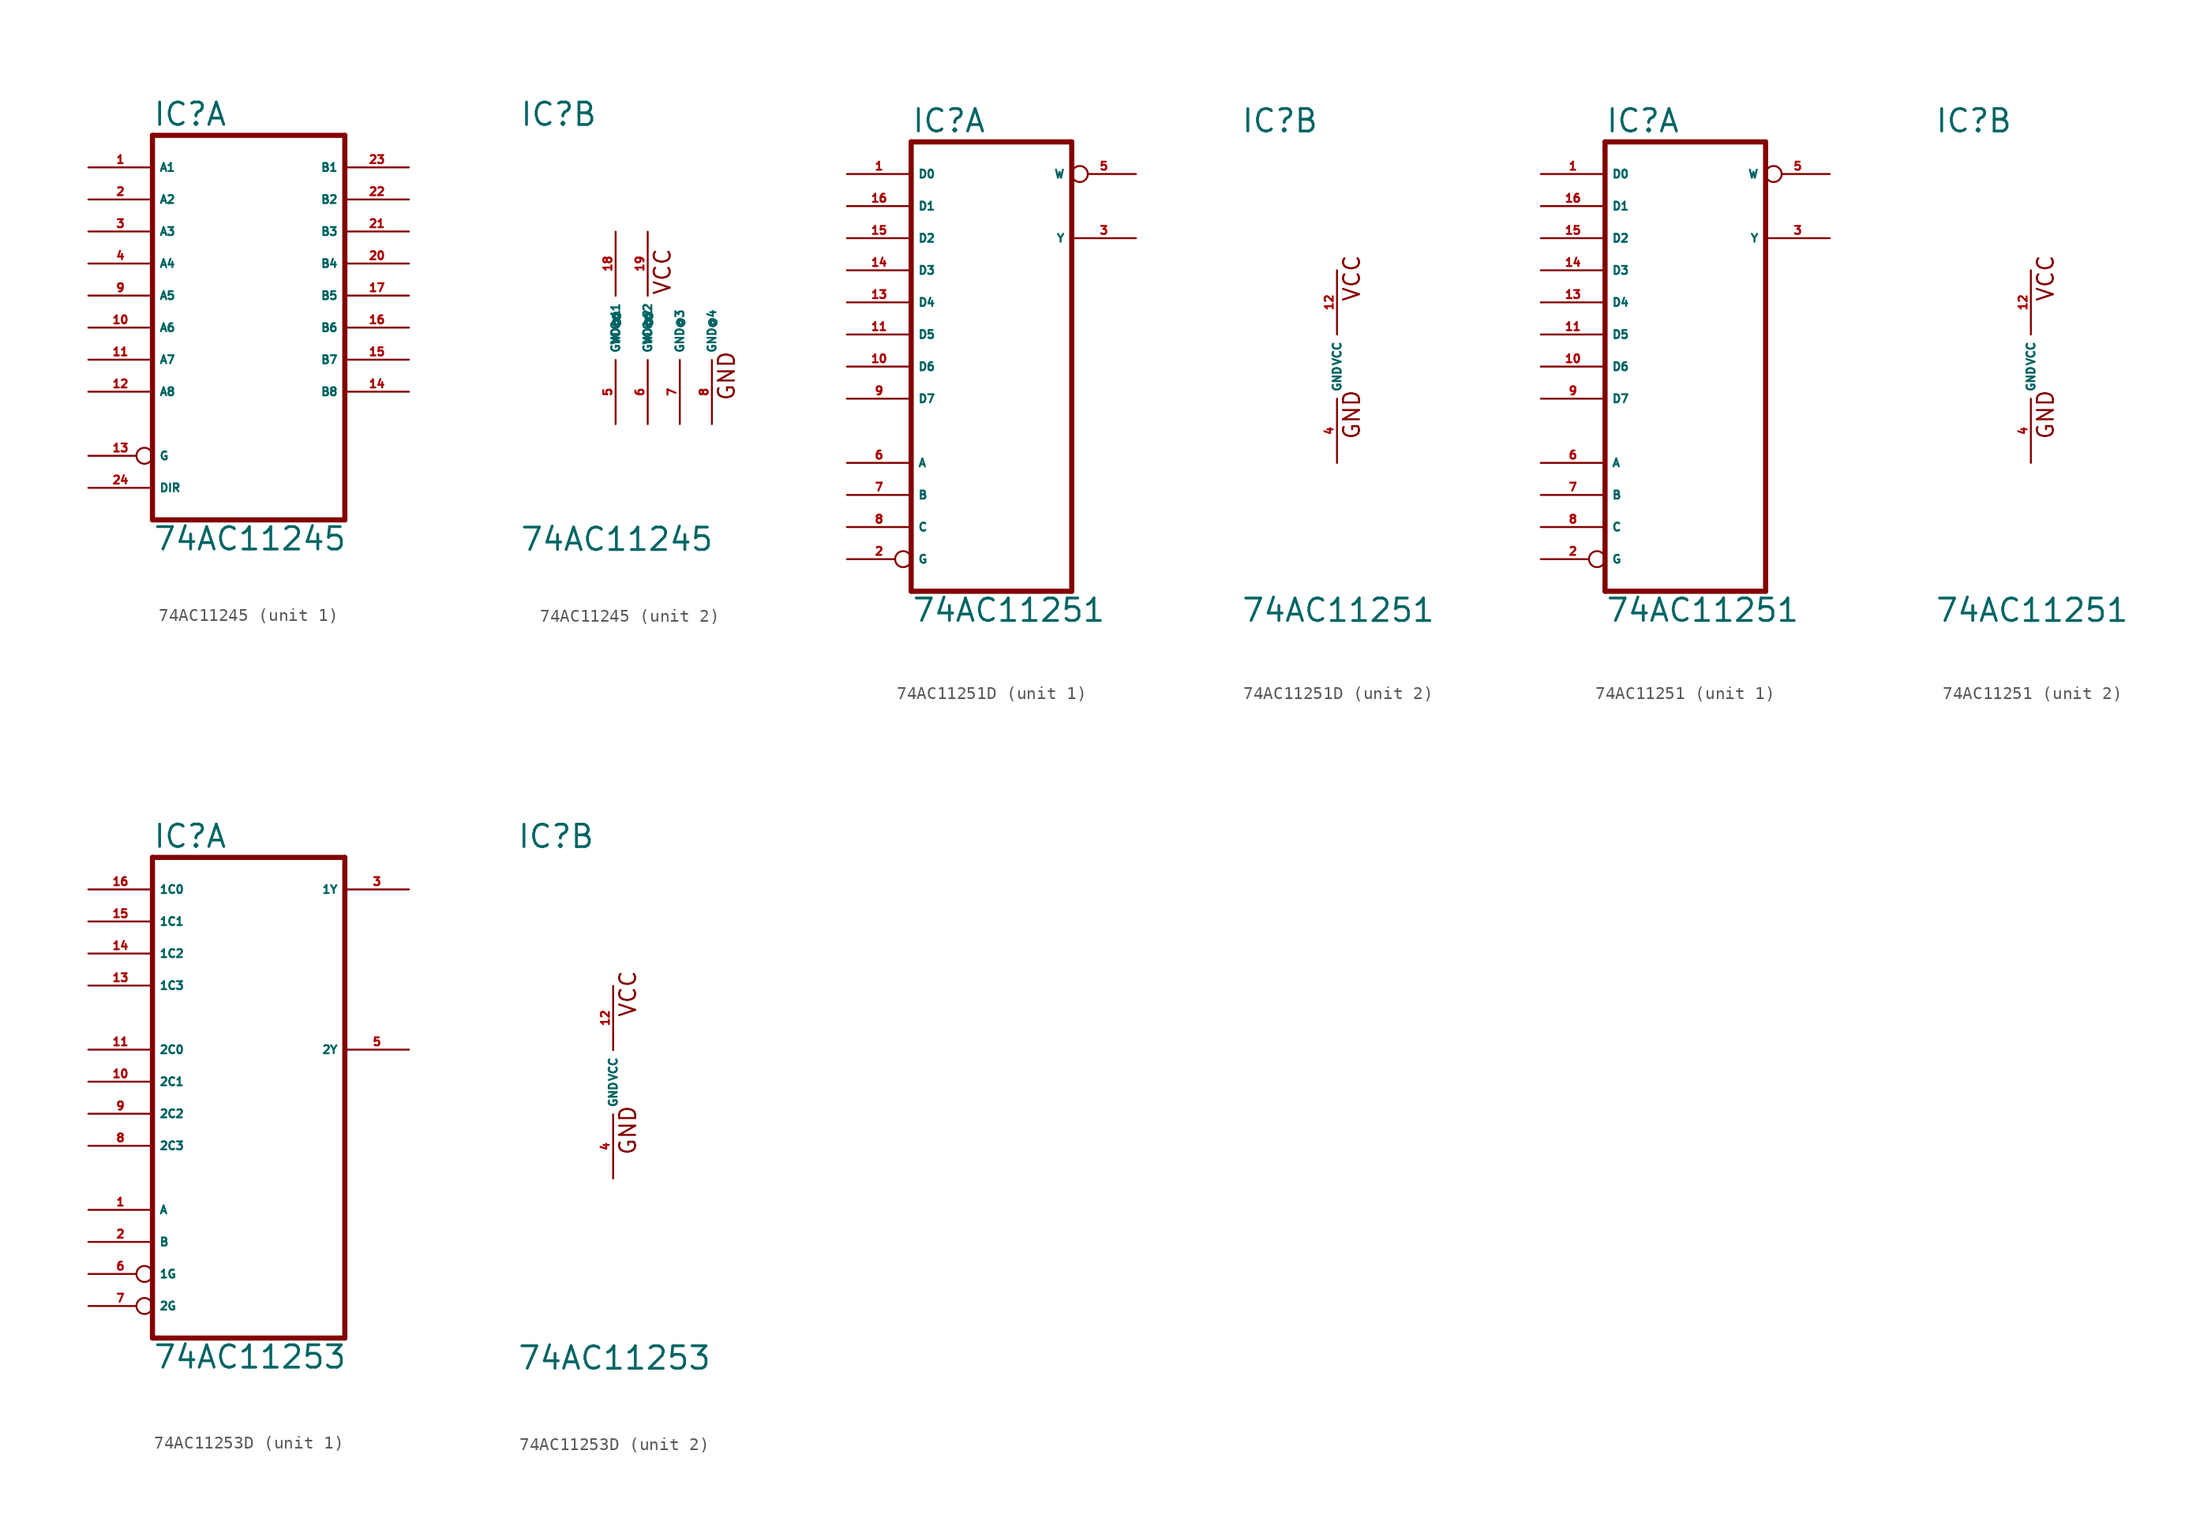
<source format=kicad_sym>
(kicad_symbol_lib
  (version 20220914)
  (generator Eagle2Kicad)
  (symbol "74AC11245"
    (property "Reference" "IC"
      (at -7.62 15.875 0)
      (effects (font (size 1.778 1.778) (thickness 0.22)) (justify left bottom)))
    (property "Value" "74AC11245"
      (at -7.62 -17.78 0)
      (effects (font (size 1.778 1.778) (thickness 0.22)) (justify left bottom)))
    (symbol "74AC11245_1_0"
      (polyline (pts (xy -7.62 -15.24) (xy 7.62 -15.24)) (stroke (width 0.406) (type default)) (fill (type none)))
      (polyline (pts (xy 7.62 -15.24) (xy 7.62 15.24)) (stroke (width 0.406) (type default)) (fill (type none)))
      (polyline (pts (xy 7.62 15.24) (xy -7.62 15.24)) (stroke (width 0.406) (type default)) (fill (type none)))
      (polyline (pts (xy -7.62 15.24) (xy -7.62 -15.24)) (stroke (width 0.406) (type default)) (fill (type none)))
      (pin bidirectional line (at -12.7 12.7 0) (length 5.08) (name "A1" (effects (font (size 0.635 0.635) (thickness 0.08)) (justify left bottom))) (number "1" (effects (font (size 0.635 0.635) (thickness 0.08)) (justify left bottom))))
      (pin bidirectional line (at -12.7 10.16 0) (length 5.08) (name "A2" (effects (font (size 0.635 0.635) (thickness 0.08)) (justify left bottom))) (number "2" (effects (font (size 0.635 0.635) (thickness 0.08)) (justify left bottom))))
      (pin bidirectional line (at -12.7 7.62 0) (length 5.08) (name "A3" (effects (font (size 0.635 0.635) (thickness 0.08)) (justify left bottom))) (number "3" (effects (font (size 0.635 0.635) (thickness 0.08)) (justify left bottom))))
      (pin bidirectional line (at -12.7 5.08 0) (length 5.08) (name "A4" (effects (font (size 0.635 0.635) (thickness 0.08)) (justify left bottom))) (number "4" (effects (font (size 0.635 0.635) (thickness 0.08)) (justify left bottom))))
      (pin bidirectional line (at -12.7 2.54 0) (length 5.08) (name "A5" (effects (font (size 0.635 0.635) (thickness 0.08)) (justify left bottom))) (number "9" (effects (font (size 0.635 0.635) (thickness 0.08)) (justify left bottom))))
      (pin bidirectional line (at -12.7 0 0) (length 5.08) (name "A6" (effects (font (size 0.635 0.635) (thickness 0.08)) (justify left bottom))) (number "10" (effects (font (size 0.635 0.635) (thickness 0.08)) (justify left bottom))))
      (pin bidirectional line (at -12.7 -2.54 0) (length 5.08) (name "A7" (effects (font (size 0.635 0.635) (thickness 0.08)) (justify left bottom))) (number "11" (effects (font (size 0.635 0.635) (thickness 0.08)) (justify left bottom))))
      (pin bidirectional line (at -12.7 -5.08 0) (length 5.08) (name "A8" (effects (font (size 0.635 0.635) (thickness 0.08)) (justify left bottom))) (number "12" (effects (font (size 0.635 0.635) (thickness 0.08)) (justify left bottom))))
      (pin input inverted (at -12.7 -10.16 0) (length 5.08) (name "G" (effects (font (size 0.635 0.635) (thickness 0.08)) (justify left bottom))) (number "13" (effects (font (size 0.635 0.635) (thickness 0.08)) (justify left bottom))))
      (pin bidirectional line (at 12.7 -5.08 180) (length 5.08) (name "B8" (effects (font (size 0.635 0.635) (thickness 0.08)) (justify left bottom))) (number "14" (effects (font (size 0.635 0.635) (thickness 0.08)) (justify left bottom))))
      (pin bidirectional line (at 12.7 -2.54 180) (length 5.08) (name "B7" (effects (font (size 0.635 0.635) (thickness 0.08)) (justify left bottom))) (number "15" (effects (font (size 0.635 0.635) (thickness 0.08)) (justify left bottom))))
      (pin bidirectional line (at 12.7 0 180) (length 5.08) (name "B6" (effects (font (size 0.635 0.635) (thickness 0.08)) (justify left bottom))) (number "16" (effects (font (size 0.635 0.635) (thickness 0.08)) (justify left bottom))))
      (pin bidirectional line (at 12.7 2.54 180) (length 5.08) (name "B5" (effects (font (size 0.635 0.635) (thickness 0.08)) (justify left bottom))) (number "17" (effects (font (size 0.635 0.635) (thickness 0.08)) (justify left bottom))))
      (pin bidirectional line (at 12.7 5.08 180) (length 5.08) (name "B4" (effects (font (size 0.635 0.635) (thickness 0.08)) (justify left bottom))) (number "20" (effects (font (size 0.635 0.635) (thickness 0.08)) (justify left bottom))))
      (pin bidirectional line (at 12.7 7.62 180) (length 5.08) (name "B3" (effects (font (size 0.635 0.635) (thickness 0.08)) (justify left bottom))) (number "21" (effects (font (size 0.635 0.635) (thickness 0.08)) (justify left bottom))))
      (pin bidirectional line (at 12.7 10.16 180) (length 5.08) (name "B2" (effects (font (size 0.635 0.635) (thickness 0.08)) (justify left bottom))) (number "22" (effects (font (size 0.635 0.635) (thickness 0.08)) (justify left bottom))))
      (pin bidirectional line (at 12.7 12.7 180) (length 5.08) (name "B1" (effects (font (size 0.635 0.635) (thickness 0.08)) (justify left bottom))) (number "23" (effects (font (size 0.635 0.635) (thickness 0.08)) (justify left bottom))))
      (pin input line (at -12.7 -12.7 0) (length 5.08) (name "DIR" (effects (font (size 0.635 0.635) (thickness 0.08)) (justify left bottom))) (number "24" (effects (font (size 0.635 0.635) (thickness 0.08)) (justify left bottom)))))
    (symbol "74AC11245_2_0"
      (text "VCC" (at 4.445 2.54 900) (effects (font (size 1.27 1.27) (thickness 0.16)) (justify left bottom)))
      (text "GND" (at 9.525 -5.842 900) (effects (font (size 1.27 1.27) (thickness 0.16)) (justify left bottom)))
      (pin unspecified line (at 0 -7.62 90) (length 5.08) (name "GND@1" (effects (font (size 0.635 0.635) (thickness 0.08)) (justify left bottom))) (number "5" (effects (font (size 0.635 0.635) (thickness 0.08)) (justify left bottom))))
      (pin unspecified line (at 2.54 -7.62 90) (length 5.08) (name "GND@2" (effects (font (size 0.635 0.635) (thickness 0.08)) (justify left bottom))) (number "6" (effects (font (size 0.635 0.635) (thickness 0.08)) (justify left bottom))))
      (pin unspecified line (at 5.08 -7.62 90) (length 5.08) (name "GND@3" (effects (font (size 0.635 0.635) (thickness 0.08)) (justify left bottom))) (number "7" (effects (font (size 0.635 0.635) (thickness 0.08)) (justify left bottom))))
      (pin unspecified line (at 7.62 -7.62 90) (length 5.08) (name "GND@4" (effects (font (size 0.635 0.635) (thickness 0.08)) (justify left bottom))) (number "8" (effects (font (size 0.635 0.635) (thickness 0.08)) (justify left bottom))))
      (pin unspecified line (at 0 7.62 270) (length 5.08) (name "VCC@1" (effects (font (size 0.635 0.635) (thickness 0.08)) (justify left bottom))) (number "18" (effects (font (size 0.635 0.635) (thickness 0.08)) (justify left bottom))))
      (pin unspecified line (at 2.54 7.62 270) (length 5.08) (name "VCC@2" (effects (font (size 0.635 0.635) (thickness 0.08)) (justify left bottom))) (number "19" (effects (font (size 0.635 0.635) (thickness 0.08)) (justify left bottom))))))
  (symbol "74AC11251D"
    (property "Reference" "IC"
      (at -7.62 18.415 0)
      (effects (font (size 1.778 1.778) (thickness 0.22)) (justify left bottom)))
    (property "Value" "74AC11251"
      (at -7.62 -20.32 0)
      (effects (font (size 1.778 1.778) (thickness 0.22)) (justify left bottom)))
    (symbol "74AC11251D_1_0"
      (polyline (pts (xy -7.62 -17.78) (xy 5.08 -17.78)) (stroke (width 0.406) (type default)) (fill (type none)))
      (polyline (pts (xy 5.08 -17.78) (xy 5.08 17.78)) (stroke (width 0.406) (type default)) (fill (type none)))
      (polyline (pts (xy 5.08 17.78) (xy -7.62 17.78)) (stroke (width 0.406) (type default)) (fill (type none)))
      (polyline (pts (xy -7.62 17.78) (xy -7.62 -17.78)) (stroke (width 0.406) (type default)) (fill (type none)))
      (pin input line (at -12.7 15.24 0) (length 5.08) (name "D0" (effects (font (size 0.635 0.635) (thickness 0.08)) (justify left bottom))) (number "1" (effects (font (size 0.635 0.635) (thickness 0.08)) (justify left bottom))))
      (pin input inverted (at -12.7 -15.24 0) (length 5.08) (name "G" (effects (font (size 0.635 0.635) (thickness 0.08)) (justify left bottom))) (number "2" (effects (font (size 0.635 0.635) (thickness 0.08)) (justify left bottom))))
      (pin tri_state line (at 10.16 10.16 180) (length 5.08) (name "Y" (effects (font (size 0.635 0.635) (thickness 0.08)) (justify left bottom))) (number "3" (effects (font (size 0.635 0.635) (thickness 0.08)) (justify left bottom))))
      (pin tri_state inverted (at 10.16 15.24 180) (length 5.08) (name "W" (effects (font (size 0.635 0.635) (thickness 0.08)) (justify left bottom))) (number "5" (effects (font (size 0.635 0.635) (thickness 0.08)) (justify left bottom))))
      (pin input line (at -12.7 -7.62 0) (length 5.08) (name "A" (effects (font (size 0.635 0.635) (thickness 0.08)) (justify left bottom))) (number "6" (effects (font (size 0.635 0.635) (thickness 0.08)) (justify left bottom))))
      (pin input line (at -12.7 -10.16 0) (length 5.08) (name "B" (effects (font (size 0.635 0.635) (thickness 0.08)) (justify left bottom))) (number "7" (effects (font (size 0.635 0.635) (thickness 0.08)) (justify left bottom))))
      (pin input line (at -12.7 -12.7 0) (length 5.08) (name "C" (effects (font (size 0.635 0.635) (thickness 0.08)) (justify left bottom))) (number "8" (effects (font (size 0.635 0.635) (thickness 0.08)) (justify left bottom))))
      (pin input line (at -12.7 -2.54 0) (length 5.08) (name "D7" (effects (font (size 0.635 0.635) (thickness 0.08)) (justify left bottom))) (number "9" (effects (font (size 0.635 0.635) (thickness 0.08)) (justify left bottom))))
      (pin input line (at -12.7 0 0) (length 5.08) (name "D6" (effects (font (size 0.635 0.635) (thickness 0.08)) (justify left bottom))) (number "10" (effects (font (size 0.635 0.635) (thickness 0.08)) (justify left bottom))))
      (pin input line (at -12.7 2.54 0) (length 5.08) (name "D5" (effects (font (size 0.635 0.635) (thickness 0.08)) (justify left bottom))) (number "11" (effects (font (size 0.635 0.635) (thickness 0.08)) (justify left bottom))))
      (pin input line (at -12.7 5.08 0) (length 5.08) (name "D4" (effects (font (size 0.635 0.635) (thickness 0.08)) (justify left bottom))) (number "13" (effects (font (size 0.635 0.635) (thickness 0.08)) (justify left bottom))))
      (pin input line (at -12.7 7.62 0) (length 5.08) (name "D3" (effects (font (size 0.635 0.635) (thickness 0.08)) (justify left bottom))) (number "14" (effects (font (size 0.635 0.635) (thickness 0.08)) (justify left bottom))))
      (pin input line (at -12.7 10.16 0) (length 5.08) (name "D2" (effects (font (size 0.635 0.635) (thickness 0.08)) (justify left bottom))) (number "15" (effects (font (size 0.635 0.635) (thickness 0.08)) (justify left bottom))))
      (pin input line (at -12.7 12.7 0) (length 5.08) (name "D1" (effects (font (size 0.635 0.635) (thickness 0.08)) (justify left bottom))) (number "16" (effects (font (size 0.635 0.635) (thickness 0.08)) (justify left bottom)))))
    (symbol "74AC11251D_2_0"
      (text "GND" (at 1.905 -5.842 900) (effects (font (size 1.27 1.27) (thickness 0.16)) (justify left bottom)))
      (text "VCC" (at 1.905 5.08 900) (effects (font (size 1.27 1.27) (thickness 0.16)) (justify left bottom)))
      (pin unspecified line (at 0 -7.62 90) (length 5.08) (name "GND" (effects (font (size 0.635 0.635) (thickness 0.08)) (justify left bottom))) (number "4" (effects (font (size 0.635 0.635) (thickness 0.08)) (justify left bottom))))
      (pin unspecified line (at 0 7.62 270) (length 5.08) (name "VCC" (effects (font (size 0.635 0.635) (thickness 0.08)) (justify left bottom))) (number "12" (effects (font (size 0.635 0.635) (thickness 0.08)) (justify left bottom))))))
  (symbol "74AC11251"
    (property "Reference" "IC"
      (at -7.62 18.415 0)
      (effects (font (size 1.778 1.778) (thickness 0.22)) (justify left bottom)))
    (property "Value" "74AC11251"
      (at -7.62 -20.32 0)
      (effects (font (size 1.778 1.778) (thickness 0.22)) (justify left bottom)))
    (symbol "74AC11251_1_0"
      (polyline (pts (xy -7.62 -17.78) (xy 5.08 -17.78)) (stroke (width 0.406) (type default)) (fill (type none)))
      (polyline (pts (xy 5.08 -17.78) (xy 5.08 17.78)) (stroke (width 0.406) (type default)) (fill (type none)))
      (polyline (pts (xy 5.08 17.78) (xy -7.62 17.78)) (stroke (width 0.406) (type default)) (fill (type none)))
      (polyline (pts (xy -7.62 17.78) (xy -7.62 -17.78)) (stroke (width 0.406) (type default)) (fill (type none)))
      (pin input line (at -12.7 15.24 0) (length 5.08) (name "D0" (effects (font (size 0.635 0.635) (thickness 0.08)) (justify left bottom))) (number "1" (effects (font (size 0.635 0.635) (thickness 0.08)) (justify left bottom))))
      (pin input inverted (at -12.7 -15.24 0) (length 5.08) (name "G" (effects (font (size 0.635 0.635) (thickness 0.08)) (justify left bottom))) (number "2" (effects (font (size 0.635 0.635) (thickness 0.08)) (justify left bottom))))
      (pin tri_state line (at 10.16 10.16 180) (length 5.08) (name "Y" (effects (font (size 0.635 0.635) (thickness 0.08)) (justify left bottom))) (number "3" (effects (font (size 0.635 0.635) (thickness 0.08)) (justify left bottom))))
      (pin tri_state inverted (at 10.16 15.24 180) (length 5.08) (name "W" (effects (font (size 0.635 0.635) (thickness 0.08)) (justify left bottom))) (number "5" (effects (font (size 0.635 0.635) (thickness 0.08)) (justify left bottom))))
      (pin input line (at -12.7 -7.62 0) (length 5.08) (name "A" (effects (font (size 0.635 0.635) (thickness 0.08)) (justify left bottom))) (number "6" (effects (font (size 0.635 0.635) (thickness 0.08)) (justify left bottom))))
      (pin input line (at -12.7 -10.16 0) (length 5.08) (name "B" (effects (font (size 0.635 0.635) (thickness 0.08)) (justify left bottom))) (number "7" (effects (font (size 0.635 0.635) (thickness 0.08)) (justify left bottom))))
      (pin input line (at -12.7 -12.7 0) (length 5.08) (name "C" (effects (font (size 0.635 0.635) (thickness 0.08)) (justify left bottom))) (number "8" (effects (font (size 0.635 0.635) (thickness 0.08)) (justify left bottom))))
      (pin input line (at -12.7 -2.54 0) (length 5.08) (name "D7" (effects (font (size 0.635 0.635) (thickness 0.08)) (justify left bottom))) (number "9" (effects (font (size 0.635 0.635) (thickness 0.08)) (justify left bottom))))
      (pin input line (at -12.7 0 0) (length 5.08) (name "D6" (effects (font (size 0.635 0.635) (thickness 0.08)) (justify left bottom))) (number "10" (effects (font (size 0.635 0.635) (thickness 0.08)) (justify left bottom))))
      (pin input line (at -12.7 2.54 0) (length 5.08) (name "D5" (effects (font (size 0.635 0.635) (thickness 0.08)) (justify left bottom))) (number "11" (effects (font (size 0.635 0.635) (thickness 0.08)) (justify left bottom))))
      (pin input line (at -12.7 5.08 0) (length 5.08) (name "D4" (effects (font (size 0.635 0.635) (thickness 0.08)) (justify left bottom))) (number "13" (effects (font (size 0.635 0.635) (thickness 0.08)) (justify left bottom))))
      (pin input line (at -12.7 7.62 0) (length 5.08) (name "D3" (effects (font (size 0.635 0.635) (thickness 0.08)) (justify left bottom))) (number "14" (effects (font (size 0.635 0.635) (thickness 0.08)) (justify left bottom))))
      (pin input line (at -12.7 10.16 0) (length 5.08) (name "D2" (effects (font (size 0.635 0.635) (thickness 0.08)) (justify left bottom))) (number "15" (effects (font (size 0.635 0.635) (thickness 0.08)) (justify left bottom))))
      (pin input line (at -12.7 12.7 0) (length 5.08) (name "D1" (effects (font (size 0.635 0.635) (thickness 0.08)) (justify left bottom))) (number "16" (effects (font (size 0.635 0.635) (thickness 0.08)) (justify left bottom)))))
    (symbol "74AC11251_2_0"
      (text "GND" (at 1.905 -5.842 900) (effects (font (size 1.27 1.27) (thickness 0.16)) (justify left bottom)))
      (text "VCC" (at 1.905 5.08 900) (effects (font (size 1.27 1.27) (thickness 0.16)) (justify left bottom)))
      (pin unspecified line (at 0 -7.62 90) (length 5.08) (name "GND" (effects (font (size 0.635 0.635) (thickness 0.08)) (justify left bottom))) (number "4" (effects (font (size 0.635 0.635) (thickness 0.08)) (justify left bottom))))
      (pin unspecified line (at 0 7.62 270) (length 5.08) (name "VCC" (effects (font (size 0.635 0.635) (thickness 0.08)) (justify left bottom))) (number "12" (effects (font (size 0.635 0.635) (thickness 0.08)) (justify left bottom))))))
  (symbol "74AC11253D"
    (property "Reference" "IC"
      (at -7.62 18.415 0)
      (effects (font (size 1.778 1.778) (thickness 0.22)) (justify left bottom)))
    (property "Value" "74AC11253"
      (at -7.62 -22.86 0)
      (effects (font (size 1.778 1.778) (thickness 0.22)) (justify left bottom)))
    (symbol "74AC11253D_1_0"
      (polyline (pts (xy -7.62 -20.32) (xy 7.62 -20.32)) (stroke (width 0.406) (type default)) (fill (type none)))
      (polyline (pts (xy 7.62 -20.32) (xy 7.62 17.78)) (stroke (width 0.406) (type default)) (fill (type none)))
      (polyline (pts (xy 7.62 17.78) (xy -7.62 17.78)) (stroke (width 0.406) (type default)) (fill (type none)))
      (polyline (pts (xy -7.62 17.78) (xy -7.62 -20.32)) (stroke (width 0.406) (type default)) (fill (type none)))
      (pin input line (at -12.7 -10.16 0) (length 5.08) (name "A" (effects (font (size 0.635 0.635) (thickness 0.08)) (justify left bottom))) (number "1" (effects (font (size 0.635 0.635) (thickness 0.08)) (justify left bottom))))
      (pin input line (at -12.7 -12.7 0) (length 5.08) (name "B" (effects (font (size 0.635 0.635) (thickness 0.08)) (justify left bottom))) (number "2" (effects (font (size 0.635 0.635) (thickness 0.08)) (justify left bottom))))
      (pin tri_state line (at 12.7 15.24 180) (length 5.08) (name "1Y" (effects (font (size 0.635 0.635) (thickness 0.08)) (justify left bottom))) (number "3" (effects (font (size 0.635 0.635) (thickness 0.08)) (justify left bottom))))
      (pin tri_state line (at 12.7 2.54 180) (length 5.08) (name "2Y" (effects (font (size 0.635 0.635) (thickness 0.08)) (justify left bottom))) (number "5" (effects (font (size 0.635 0.635) (thickness 0.08)) (justify left bottom))))
      (pin input inverted (at -12.7 -15.24 0) (length 5.08) (name "1G" (effects (font (size 0.635 0.635) (thickness 0.08)) (justify left bottom))) (number "6" (effects (font (size 0.635 0.635) (thickness 0.08)) (justify left bottom))))
      (pin input inverted (at -12.7 -17.78 0) (length 5.08) (name "2G" (effects (font (size 0.635 0.635) (thickness 0.08)) (justify left bottom))) (number "7" (effects (font (size 0.635 0.635) (thickness 0.08)) (justify left bottom))))
      (pin input line (at -12.7 -5.08 0) (length 5.08) (name "2C3" (effects (font (size 0.635 0.635) (thickness 0.08)) (justify left bottom))) (number "8" (effects (font (size 0.635 0.635) (thickness 0.08)) (justify left bottom))))
      (pin input line (at -12.7 -2.54 0) (length 5.08) (name "2C2" (effects (font (size 0.635 0.635) (thickness 0.08)) (justify left bottom))) (number "9" (effects (font (size 0.635 0.635) (thickness 0.08)) (justify left bottom))))
      (pin input line (at -12.7 0 0) (length 5.08) (name "2C1" (effects (font (size 0.635 0.635) (thickness 0.08)) (justify left bottom))) (number "10" (effects (font (size 0.635 0.635) (thickness 0.08)) (justify left bottom))))
      (pin input line (at -12.7 2.54 0) (length 5.08) (name "2C0" (effects (font (size 0.635 0.635) (thickness 0.08)) (justify left bottom))) (number "11" (effects (font (size 0.635 0.635) (thickness 0.08)) (justify left bottom))))
      (pin input line (at -12.7 7.62 0) (length 5.08) (name "1C3" (effects (font (size 0.635 0.635) (thickness 0.08)) (justify left bottom))) (number "13" (effects (font (size 0.635 0.635) (thickness 0.08)) (justify left bottom))))
      (pin input line (at -12.7 10.16 0) (length 5.08) (name "1C2" (effects (font (size 0.635 0.635) (thickness 0.08)) (justify left bottom))) (number "14" (effects (font (size 0.635 0.635) (thickness 0.08)) (justify left bottom))))
      (pin input line (at -12.7 12.7 0) (length 5.08) (name "1C1" (effects (font (size 0.635 0.635) (thickness 0.08)) (justify left bottom))) (number "15" (effects (font (size 0.635 0.635) (thickness 0.08)) (justify left bottom))))
      (pin input line (at -12.7 15.24 0) (length 5.08) (name "1C0" (effects (font (size 0.635 0.635) (thickness 0.08)) (justify left bottom))) (number "16" (effects (font (size 0.635 0.635) (thickness 0.08)) (justify left bottom)))))
    (symbol "74AC11253D_2_0"
      (text "GND" (at 1.905 -5.842 900) (effects (font (size 1.27 1.27) (thickness 0.16)) (justify left bottom)))
      (text "VCC" (at 1.905 5.08 900) (effects (font (size 1.27 1.27) (thickness 0.16)) (justify left bottom)))
      (pin unspecified line (at 0 -7.62 90) (length 5.08) (name "GND" (effects (font (size 0.635 0.635) (thickness 0.08)) (justify left bottom))) (number "4" (effects (font (size 0.635 0.635) (thickness 0.08)) (justify left bottom))))
      (pin unspecified line (at 0 7.62 270) (length 5.08) (name "VCC" (effects (font (size 0.635 0.635) (thickness 0.08)) (justify left bottom))) (number "12" (effects (font (size 0.635 0.635) (thickness 0.08)) (justify left bottom)))))))
</source>
